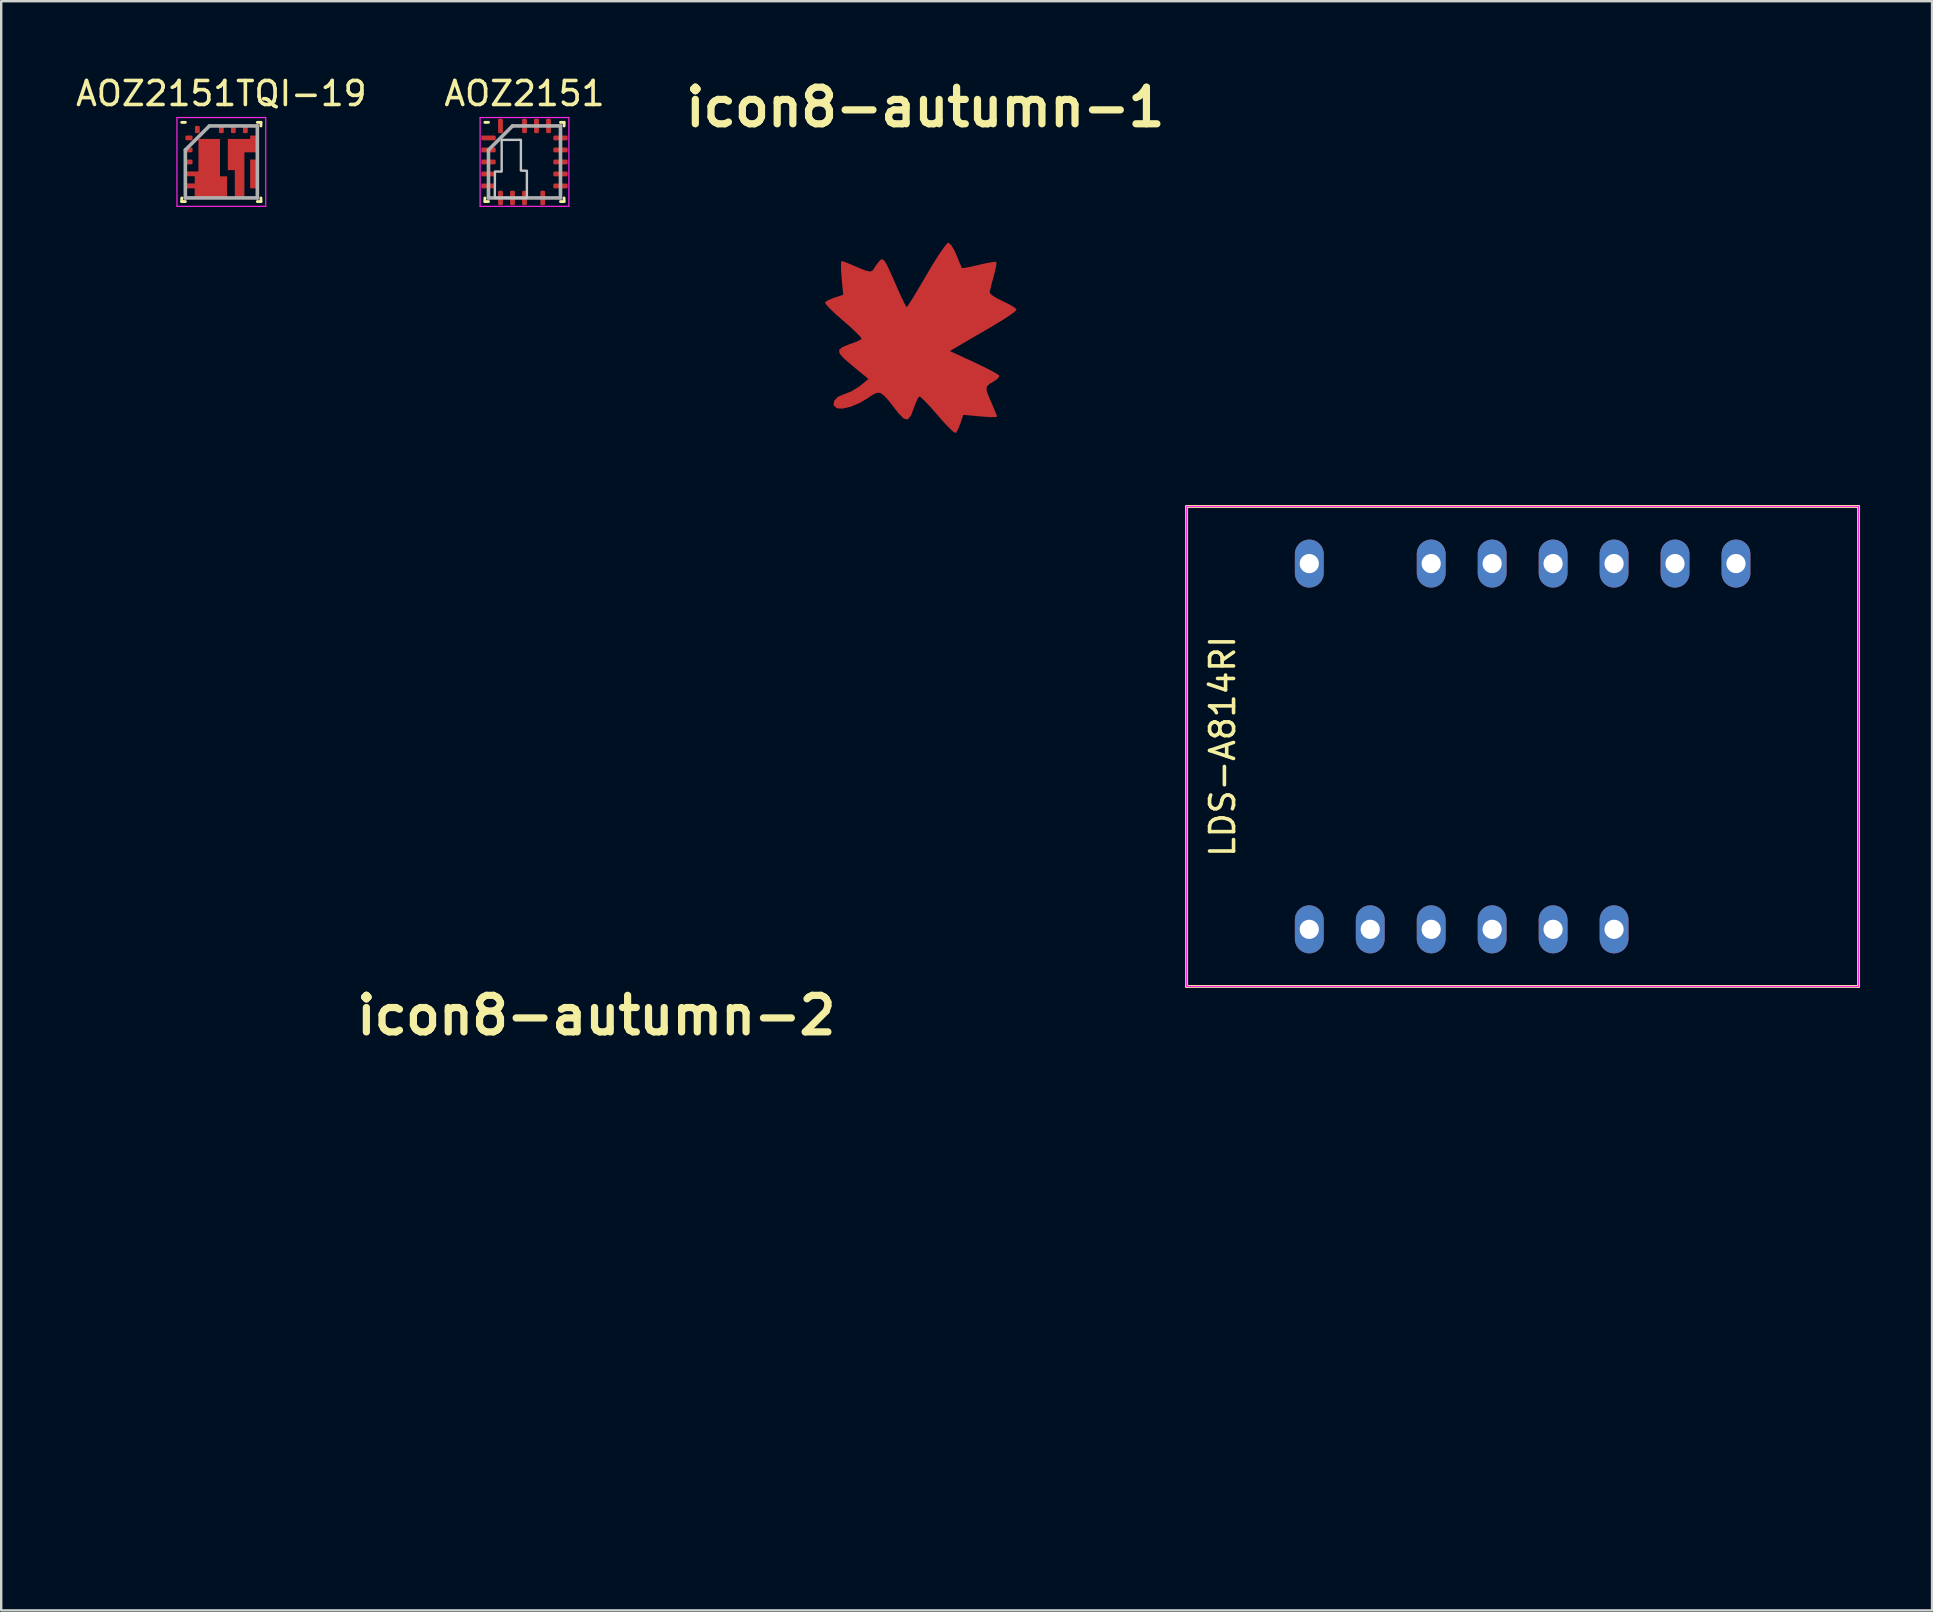
<source format=kicad_pcb>
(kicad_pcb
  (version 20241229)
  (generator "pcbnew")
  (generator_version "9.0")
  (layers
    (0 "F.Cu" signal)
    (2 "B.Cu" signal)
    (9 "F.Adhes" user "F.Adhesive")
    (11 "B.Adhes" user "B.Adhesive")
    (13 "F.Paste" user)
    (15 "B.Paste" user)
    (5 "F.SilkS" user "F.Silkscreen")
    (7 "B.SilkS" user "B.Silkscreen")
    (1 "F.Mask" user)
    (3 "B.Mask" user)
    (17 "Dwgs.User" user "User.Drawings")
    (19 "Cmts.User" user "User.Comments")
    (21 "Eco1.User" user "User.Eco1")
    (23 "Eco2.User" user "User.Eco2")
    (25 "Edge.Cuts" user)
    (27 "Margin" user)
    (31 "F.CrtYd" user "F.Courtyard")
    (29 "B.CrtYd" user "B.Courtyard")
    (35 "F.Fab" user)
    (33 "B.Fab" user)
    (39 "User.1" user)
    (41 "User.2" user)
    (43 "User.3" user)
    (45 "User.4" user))
  (footprint "icon8-autumn-2"
    (layer "F.Cu")
    (at 21.795 39.257)
    (property "Reference" "icon8-autumn-2" (at 0 0 0) (layer "F.SilkS") (effects (font (size 1.524 1.524) (thickness 0.3))))
    (attr through_hole)
    (fp_poly (pts (xy 6.693 -20.787) (xy 7.436 -19.575) (xy 7.924 -18.498) (xy 8.566 -16.923) (xy 9.037 -15.828) (xy 9.187 -15.527) (xy 9.76 -15.546) (xy 11.111 -15.796) (xy 12.954 -16.223) (xy 13.025 -16.24) (xy 14.897 -16.667) (xy 16.307 -16.907) (xy 16.957 -16.91) (xy 16.961 -16.906) (xy 16.96 -16.279) (xy 16.688 -14.928) (xy 16.34 -13.622) (xy 15.857 -11.855) (xy 15.538 -10.484) (xy 15.461 -9.962) (xy 15.927 -9.418) (xy 17.138 -8.652) (xy 18.498 -7.983) (xy 20.108 -7.19) (xy 21.209 -6.494) (xy 21.535 -6.113) (xy 21.086 -5.641) (xy 19.866 -4.758) (xy 18.07 -3.597) (xy 16.151 -2.442) (xy 13.721 -1.022) (xy 11.407 0.33) (xy 9.515 1.436) (xy 8.585 1.98) (xy 6.402 3.258) (xy 12.036 5.854) (xy 14.285 6.928) (xy 16.107 7.869) (xy 17.3 8.569) (xy 17.67 8.899) (xy 17.25 9.509) (xy 16.703 9.901) (xy 15.4 10.687) (xy 14.774 11.356) (xy 14.756 12.233) (xy 15.278 13.641) (xy 15.706 14.615) (xy 16.439 16.315) (xy 16.949 17.579) (xy 17.117 18.094) (xy 16.615 18.189) (xy 15.293 18.168) (xy 13.431 18.037) (xy 13.295 18.025) (xy 9.473 17.67) (xy 8.837 19.595) (xy 8.308 20.933) (xy 7.829 21.737) (xy 7.765 21.79) (xy 7.252 21.507) (xy 6.21 20.532) (xy 4.803 19.028) (xy 3.611 17.656) (xy 2.044 15.863) (xy 0.722 14.471) (xy -0.191 13.647) (xy -0.507 13.5) (xy -0.915 14.137) (xy -1.456 15.436) (xy -1.65 15.993) (xy -2.389 17.89) (xy -3.108 18.728) (xy -3.97 18.534) (xy -5.141 17.336) (xy -5.678 16.652) (xy -7.299 14.567) (xy -8.462 13.277) (xy -9.366 12.688) (xy -10.212 12.707) (xy -11.198 13.243) (xy -11.909 13.75) (xy -13.896 14.954) (xy -16.002 15.833) (xy -17.885 16.271) (xy -19.12 16.186) (xy -19.852 15.511) (xy -19.746 14.586) (xy -18.936 13.686) (xy -17.603 13.095) (xy -15.847 12.412) (xy -14.071 11.331) (xy -13.773 11.095) (xy -11.941 9.566) (xy -15.589 6.58) (xy -17.476 4.963) (xy -18.476 3.828) (xy -18.601 3.018) (xy -17.866 2.377) (xy -16.281 1.746) (xy -15.993 1.65) (xy -14.553 1.106) (xy -13.63 0.628) (xy -13.5 0.507) (xy -13.792 0.009) (xy -14.774 -1.022) (xy -16.282 -2.421) (xy -17.656 -3.611) (xy -19.447 -5.182) (xy -20.833 -6.513) (xy -21.65 -7.438) (xy -21.79 -7.765) (xy -21.129 -8.213) (xy -19.853 -8.749) (xy -19.595 -8.837) (xy -17.67 -9.473) (xy -18.025 -13.295) (xy -18.156 -15.183) (xy -18.165 -16.549) (xy -18.053 -17.115) (xy -18.041 -17.117) (xy -17.394 -16.91) (xy -16.051 -16.37) (xy -14.542 -15.72) (xy -12.694 -14.97) (xy -11.597 -14.722) (xy -11.04 -14.936) (xy -10.975 -15.03) (xy -10.324 -16.012) (xy -9.711 -16.841) (xy -9.245 -17.37) (xy -8.831 -17.52) (xy -8.376 -17.167) (xy -7.786 -16.184) (xy -6.967 -14.448) (xy -5.824 -11.834) (xy -5.667 -11.47) (xy -4.745 -9.395) (xy -3.971 -7.768) (xy -3.453 -6.81) (xy -3.313 -6.649) (xy -2.956 -7.101) (xy -2.155 -8.348) (xy -1.011 -10.226) (xy 0.376 -12.57) (xy 1.179 -13.953) (xy 2.685 -16.485) (xy 4.049 -18.636) (xy 5.159 -20.24) (xy 5.903 -21.132) (xy 6.108 -21.259) (xy 6.693 -20.787)) (stroke (width 0.01) (type solid)) (fill yes) (layer "F.Mask")))
  (footprint "icon8-autumn-1"
    (layer "F.Cu")
    (at 34.994 11.07)
    (property "Reference" "icon8-autumn-1" (at 0.508 -9.652 0) (layer "F.SilkS") (effects (font (size 1.524 1.524) (thickness 0.3))))
    (attr through_hole)
    (pad "1" smd custom (at 1.524 -1.524) (size 1.524 1.524) (layers "F.Cu" "F.Mask") (options (anchor circle)) (primitives (gr_poly (pts (xy 0.054 -2.392) (xy 0.19 -2.169) (xy 0.28 -1.971) (xy 0.398 -1.681) (xy 0.485 -1.48) (xy 0.513 -1.424) (xy 0.618 -1.428) (xy 0.867 -1.474) (xy 1.206 -1.552) (xy 1.219 -1.556) (xy 1.563 -1.634) (xy 1.822 -1.678) (xy 1.942 -1.679) (xy 1.943 -1.678) (xy 1.943 -1.563) (xy 1.893 -1.314) (xy 1.829 -1.074) (xy 1.74 -0.749) (xy 1.681 -0.497) (xy 1.667 -0.4) (xy 1.753 -0.3) (xy 1.975 -0.159) (xy 2.226 -0.036) (xy 2.522 0.11) (xy 2.725 0.238) (xy 2.784 0.308) (xy 2.702 0.395) (xy 2.478 0.557) (xy 2.147 0.771) (xy 1.794 0.983) (xy 1.347 1.245) (xy 0.921 1.493) (xy 0.573 1.697) (xy 0.402 1.797) (xy 0 2.032) (xy 1.037 2.51) (xy 1.45 2.707) (xy 1.786 2.881) (xy 2.005 3.009) (xy 2.073 3.07) (xy 1.996 3.182) (xy 1.895 3.254) (xy 1.656 3.399) (xy 1.541 3.522) (xy 1.537 3.683) (xy 1.633 3.943) (xy 1.712 4.122) (xy 1.847 4.435) (xy 1.941 4.667) (xy 1.972 4.762) (xy 1.879 4.779) (xy 1.636 4.776) (xy 1.293 4.752) (xy 1.268 4.749) (xy 0.565 4.684) (xy 0.448 5.038) (xy 0.351 5.284) (xy 0.263 5.432) (xy 0.251 5.442) (xy 0.157 5.39) (xy -0.035 5.21) (xy -0.294 4.934) (xy -0.513 4.681) (xy -0.802 4.351) (xy -1.045 4.095) (xy -1.213 3.944) (xy -1.271 3.917) (xy -1.346 4.034) (xy -1.446 4.273) (xy -1.482 4.375) (xy -1.617 4.724) (xy -1.75 4.879) (xy -1.908 4.843) (xy -2.124 4.622) (xy -2.223 4.497) (xy -2.521 4.113) (xy -2.735 3.876) (xy -2.901 3.767) (xy -3.057 3.771) (xy -3.238 3.869) (xy -3.369 3.963) (xy -3.735 4.184) (xy -4.122 4.346) (xy -4.469 4.426) (xy -4.696 4.411) (xy -4.831 4.287) (xy -4.811 4.117) (xy -4.662 3.951) (xy -4.417 3.842) (xy -4.094 3.716) (xy -3.767 3.517) (xy -3.712 3.474) (xy -3.375 3.193) (xy -4.046 2.643) (xy -4.393 2.346) (xy -4.577 2.137) (xy -4.601 1.988) (xy -4.465 1.87) (xy -4.174 1.754) (xy -4.121 1.736) (xy -3.856 1.636) (xy -3.686 1.548) (xy -3.662 1.526) (xy -3.716 1.434) (xy -3.896 1.245) (xy -4.174 0.987) (xy -4.427 0.768) (xy -4.756 0.479) (xy -5.011 0.234) (xy -5.161 0.064) (xy -5.187 0.004) (xy -5.066 -0.079) (xy -4.831 -0.177) (xy -4.783 -0.193) (xy -4.429 -0.31) (xy -4.495 -1.014) (xy -4.519 -1.361) (xy -4.52 -1.612) (xy -4.5 -1.717) (xy -4.497 -1.717) (xy -4.378 -1.679) (xy -4.131 -1.579) (xy -3.854 -1.46) (xy -3.514 -1.322) (xy -3.312 -1.276) (xy -3.209 -1.316) (xy -3.197 -1.333) (xy -3.078 -1.514) (xy -2.965 -1.666) (xy -2.879 -1.764) (xy -2.803 -1.791) (xy -2.719 -1.726) (xy -2.611 -1.545) (xy -2.46 -1.226) (xy -2.249 -0.745) (xy -2.221 -0.678) (xy -2.051 -0.296) (xy -1.909 0.003) (xy -1.813 0.179) (xy -1.788 0.209) (xy -1.722 0.126) (xy -1.574 -0.103) (xy -1.364 -0.449) (xy -1.109 -0.88) (xy -0.961 -1.135) (xy -0.684 -1.601) (xy -0.433 -1.996) (xy -0.229 -2.292) (xy -0.092 -2.456) (xy -0.054 -2.479) (xy 0.054 -2.392)) (width 0.01) (fill yes)))))
  (footprint "AOZ2151TQI-19"
    (layer "F.Cu")
    (at 6.173 3.698)
    (property "Reference" "AOZ2151TQI-19" (at 0 -2.85 0) (layer "F.SilkS") (effects (font (size 1 1) (thickness 0.15))))
    (attr smd)
    (fp_line (start -1.65 1.65) (end -1.65 1.5) (stroke (width 0.12) (type solid)) (layer "F.SilkS"))
    (fp_line (start -1.5 -1.65) (end -1.65 -1.65) (stroke (width 0.12) (type solid)) (layer "F.SilkS"))
    (fp_line (start -1.5 1.65) (end -1.65 1.65) (stroke (width 0.12) (type solid)) (layer "F.SilkS"))
    (fp_line (start 1.5 -1.65) (end 1.65 -1.65) (stroke (width 0.12) (type solid)) (layer "F.SilkS"))
    (fp_line (start 1.5 1.65) (end 1.65 1.65) (stroke (width 0.12) (type solid)) (layer "F.SilkS"))
    (fp_line (start 1.65 -1.65) (end 1.65 -1.5) (stroke (width 0.12) (type solid)) (layer "F.SilkS"))
    (fp_line (start 1.65 1.65) (end 1.65 1.5) (stroke (width 0.12) (type solid)) (layer "F.SilkS"))
    (fp_line (start -1.85 -1.85) (end 1.85 -1.85) (stroke (width 0.05) (type solid)) (layer "F.CrtYd"))
    (fp_line (start -1.85 1.85) (end -1.85 -1.85) (stroke (width 0.05) (type solid)) (layer "F.CrtYd"))
    (fp_line (start 1.85 -1.85) (end 1.85 1.85) (stroke (width 0.05) (type solid)) (layer "F.CrtYd"))
    (fp_line (start 1.85 1.85) (end -1.85 1.85) (stroke (width 0.05) (type solid)) (layer "F.CrtYd"))
    (fp_line (start -1.5 -0.5) (end -1.5 1.5) (stroke (width 0.15) (type solid)) (layer "F.Fab"))
    (fp_line (start -1.5 1.5) (end 1.5 1.5) (stroke (width 0.15) (type solid)) (layer "F.Fab"))
    (fp_line (start -0.5 -1.5) (end -1.5 -0.5) (stroke (width 0.15) (type solid)) (layer "F.Fab"))
    (fp_line (start 1.5 -1.5) (end -0.5 -1.5) (stroke (width 0.15) (type solid)) (layer "F.Fab"))
    (fp_line (start 1.5 1.5) (end 1.5 -1.5) (stroke (width 0.15) (type solid)) (layer "F.Fab"))
    (pad "1" smd roundrect (at -1.35 -1 90) (size 0.2 0.3) (layers "F.Cu" "F.Mask" "F.Paste") (roundrect_rratio 0.25))
    (pad "2" smd roundrect (at -1.35 -0.5 90) (size 0.2 0.3) (layers "F.Cu" "F.Mask" "F.Paste") (roundrect_rratio 0.25))
    (pad "3" smd roundrect (at -1.35 0 90) (size 0.2 0.3) (layers "F.Cu" "F.Mask" "F.Paste") (roundrect_rratio 0.25))
    (pad "4" smd custom (at 0 1.35) (size 0.2 0.3) (layers "F.Cu" "F.Mask" "F.Paste") (options (anchor rect)) (primitives (gr_poly (pts (xy -0.955 -2.31) (xy -0.055 -2.31) (xy -0.055 -0.75) (xy 0.24 -0.75) (xy 0.24 0.15) (xy -1.11 0.15) (xy -1.11 -0.25) (xy -1.5 -0.25) (xy -1.5 -0.455) (xy -1.11 -0.455) (xy -1.11 -0.755) (xy -1.5 -0.755) (xy -1.5 -0.955) (xy -0.955 -0.955)) (width 0) (fill yes))))
    (pad "9" smd custom (at 0.76 1.35) (size 0.2 0.3) (layers "F.Cu" "F.Mask" "F.Paste") (options (anchor rect)) (primitives (gr_poly (pts (xy 0.2 0.15) (xy -0.2 0.15) (xy -0.2 -1.01) (xy -0.49 -1.01) (xy -0.49 -2.31) (xy 0.44 -2.31) (xy 0.44 -2.45) (xy 0.74 -2.45) (xy 0.74 -1.75) (xy 0.2 -1.75)) (width 0) (fill yes))))
    (pad "12" smd custom (at 1.35 1 90) (size 0.2 0.3) (layers "F.Cu" "F.Mask" "F.Paste") (options (anchor rect)) (primitives (gr_poly (pts (xy -0.1 -0.15) (xy -0.1 0.15) (xy 1.1 0.15) (xy 1.1 -0.15)) (width 0) (fill yes))))
    (pad "15" smd roundrect (at 1 -1.35) (size 0.2 0.3) (layers "F.Cu" "F.Mask" "F.Paste") (roundrect_rratio 0.25))
    (pad "16" smd roundrect (at 0.5 -1.35) (size 0.2 0.3) (layers "F.Cu" "F.Mask" "F.Paste") (roundrect_rratio 0.25))
    (pad "17" smd roundrect (at 0 -1.35) (size 0.2 0.3) (layers "F.Cu" "F.Mask" "F.Paste") (roundrect_rratio 0.25))
    (pad "18" smd roundrect (at -1 -1.35) (size 0.2 0.3) (layers "F.Cu" "F.Mask" "F.Paste") (roundrect_rratio 0.25)))
  (footprint "AOZ2151"
    (layer "F.Cu")
    (at 18.804 3.698)
    (property "Reference" "AOZ2151" (at 0 -2.85 0) (layer "F.SilkS") (effects (font (size 1 1) (thickness 0.15))))
    (attr smd)
    (fp_line (start -1.65 1.65) (end -1.65 1.5) (stroke (width 0.12) (type solid)) (layer "F.SilkS"))
    (fp_line (start -1.5 -1.65) (end -1.65 -1.65) (stroke (width 0.12) (type solid)) (layer "F.SilkS"))
    (fp_line (start -1.5 1.65) (end -1.65 1.65) (stroke (width 0.12) (type solid)) (layer "F.SilkS"))
    (fp_line (start 1.5 -1.65) (end 1.65 -1.65) (stroke (width 0.12) (type solid)) (layer "F.SilkS"))
    (fp_line (start 1.5 1.65) (end 1.65 1.65) (stroke (width 0.12) (type solid)) (layer "F.SilkS"))
    (fp_line (start 1.65 -1.65) (end 1.65 -1.5) (stroke (width 0.12) (type solid)) (layer "F.SilkS"))
    (fp_line (start 1.65 1.65) (end 1.65 1.5) (stroke (width 0.12) (type solid)) (layer "F.SilkS"))
    (fp_poly (pts (xy -1.232 0.4) (xy -1.237 1.5) (xy 0.1 1.5) (xy 0.1 0.366) (xy -0.15 0.361) (xy -0.15 -0.922) (xy -0.95 -0.919) (xy -0.95 0.4)) (stroke (width 0.1) (type solid)) (fill no) (layer "Dwgs.User"))
    (fp_line (start -1.85 -1.85) (end 1.85 -1.85) (stroke (width 0.05) (type solid)) (layer "F.CrtYd"))
    (fp_line (start -1.85 1.85) (end -1.85 -1.85) (stroke (width 0.05) (type solid)) (layer "F.CrtYd"))
    (fp_line (start 1.85 -1.85) (end 1.85 1.85) (stroke (width 0.05) (type solid)) (layer "F.CrtYd"))
    (fp_line (start 1.85 1.85) (end -1.85 1.85) (stroke (width 0.05) (type solid)) (layer "F.CrtYd"))
    (fp_line (start -1.5 -0.5) (end -1.5 1.5) (stroke (width 0.15) (type solid)) (layer "F.Fab"))
    (fp_line (start -1.5 1.5) (end 1.5 1.5) (stroke (width 0.15) (type solid)) (layer "F.Fab"))
    (fp_line (start -0.5 -1.5) (end -1.5 -0.5) (stroke (width 0.15) (type solid)) (layer "F.Fab"))
    (fp_line (start 1.5 -1.5) (end -0.5 -1.5) (stroke (width 0.15) (type solid)) (layer "F.Fab"))
    (fp_line (start 1.5 1.5) (end 1.5 -1.5) (stroke (width 0.15) (type solid)) (layer "F.Fab"))
    (pad "1" smd roundrect (at -1.5 -1 90) (size 0.2 0.6) (layers "F.Cu" "F.Mask" "F.Paste") (roundrect_rratio 0.25))
    (pad "2" smd roundrect (at -1.5 -0.5 90) (size 0.2 0.6) (layers "F.Cu" "F.Mask" "F.Paste") (roundrect_rratio 0.25))
    (pad "3" smd roundrect (at -1.5 0 90) (size 0.2 0.6) (layers "F.Cu" "F.Mask" "F.Paste") (roundrect_rratio 0.25))
    (pad "4" smd roundrect (at -1.5 0.5 90) (size 0.2 0.6) (layers "F.Cu" "F.Mask" "F.Paste") (roundrect_rratio 0.25))
    (pad "4" smd roundrect (at -1.5 1 90) (size 0.2 0.6) (layers "F.Cu" "F.Mask" "F.Paste") (roundrect_rratio 0.25))
    (pad "4" smd roundrect (at -1 1.5) (size 0.2 0.6) (layers "F.Cu" "F.Mask" "F.Paste") (roundrect_rratio 0.25))
    (pad "4" smd roundrect (at -0.5 1.5) (size 0.2 0.6) (layers "F.Cu" "F.Mask" "F.Paste") (roundrect_rratio 0.25))
    (pad "4" smd roundrect (at 0 1.5) (size 0.2 0.6) (layers "F.Cu" "F.Mask" "F.Paste") (roundrect_rratio 0.25))
    (pad "9" smd roundrect (at 0.76 1.5) (size 0.2 0.6) (layers "F.Cu" "F.Mask" "F.Paste") (roundrect_rratio 0.25))
    (pad "10" smd roundrect (at 1.5 1 90) (size 0.2 0.6) (layers "F.Cu" "F.Mask" "F.Paste") (roundrect_rratio 0.25))
    (pad "11" smd roundrect (at 1.5 0.5 90) (size 0.2 0.6) (layers "F.Cu" "F.Mask" "F.Paste") (roundrect_rratio 0.25))
    (pad "12" smd roundrect (at 1.5 0 90) (size 0.2 0.6) (layers "F.Cu" "F.Mask" "F.Paste") (roundrect_rratio 0.25))
    (pad "13" smd roundrect (at 1.5 -0.5 90) (size 0.2 0.6) (layers "F.Cu" "F.Mask" "F.Paste") (roundrect_rratio 0.25))
    (pad "14" smd roundrect (at 1.5 -1 90) (size 0.2 0.6) (layers "F.Cu" "F.Mask" "F.Paste") (roundrect_rratio 0.25))
    (pad "15" smd roundrect (at 1 -1.5) (size 0.2 0.6) (layers "F.Cu" "F.Mask" "F.Paste") (roundrect_rratio 0.25))
    (pad "16" smd roundrect (at 0.5 -1.5) (size 0.2 0.6) (layers "F.Cu" "F.Mask" "F.Paste") (roundrect_rratio 0.25))
    (pad "17" smd roundrect (at 0 -1.5) (size 0.2 0.6) (layers "F.Cu" "F.Mask" "F.Paste") (roundrect_rratio 0.25))
    (pad "18" smd roundrect (at -1 -1.5) (size 0.2 0.6) (layers "F.Cu" "F.Mask" "F.Paste") (roundrect_rratio 0.25)))
  (footprint "LDS-A814RI"
    (layer "F.Cu")
    (at 60.394 28.053)
    (property "Reference" "LDS-A814RI" (at -12.5 0 90) (layer "F.SilkS") (effects (font (size 1 1) (thickness 0.15))))
    (attr through_hole)
    (fp_line (start -14 -10) (end -14 10) (stroke (width 0.12) (type solid)) (layer "F.SilkS"))
    (fp_line (start -14 10) (end 14 10) (stroke (width 0.12) (type solid)) (layer "F.SilkS"))
    (fp_line (start 14 -10) (end -14 -10) (stroke (width 0.12) (type solid)) (layer "F.SilkS"))
    (fp_line (start 14 10) (end 14 -10) (stroke (width 0.12) (type solid)) (layer "F.SilkS"))
    (fp_line (start -14 -10) (end 14 -10) (stroke (width 0.05) (type solid)) (layer "F.CrtYd"))
    (fp_line (start -14 10) (end -14 -10) (stroke (width 0.05) (type solid)) (layer "F.CrtYd"))
    (fp_line (start 14 -10) (end 14 10) (stroke (width 0.05) (type solid)) (layer "F.CrtYd"))
    (fp_line (start 14 10) (end -14 10) (stroke (width 0.05) (type solid)) (layer "F.CrtYd"))
    (pad "1" thru_hole oval (at -8.89 7.62) (size 1.2 2) (drill 0.8) (layers "*.Cu" "*.Mask"))
    (pad "2" thru_hole oval (at -6.35 7.62) (size 1.2 2) (drill 0.8) (layers "*.Cu" "*.Mask"))
    (pad "3" thru_hole oval (at -3.81 7.62) (size 1.2 2) (drill 0.8) (layers "*.Cu" "*.Mask"))
    (pad "4" thru_hole oval (at -1.27 7.62) (size 1.2 2) (drill 0.8) (layers "*.Cu" "*.Mask"))
    (pad "5" thru_hole oval (at 1.27 7.62) (size 1.2 2) (drill 0.8) (layers "*.Cu" "*.Mask"))
    (pad "6" thru_hole oval (at 3.81 7.62) (size 1.2 2) (drill 0.8) (layers "*.Cu" "*.Mask"))
    (pad "9" thru_hole oval (at 8.89 -7.62) (size 1.2 2) (drill 0.8) (layers "*.Cu" "*.Mask"))
    (pad "10" thru_hole oval (at 6.35 -7.62) (size 1.2 2) (drill 0.8) (layers "*.Cu" "*.Mask"))
    (pad "11" thru_hole oval (at 3.81 -7.62) (size 1.2 2) (drill 0.8) (layers "*.Cu" "*.Mask"))
    (pad "12" thru_hole oval (at 1.27 -7.62) (size 1.2 2) (drill 0.8) (layers "*.Cu" "*.Mask"))
    (pad "13" thru_hole oval (at -1.27 -7.62) (size 1.2 2) (drill 0.8) (layers "*.Cu" "*.Mask"))
    (pad "14" thru_hole oval (at -3.81 -7.62) (size 1.2 2) (drill 0.8) (layers "*.Cu" "*.Mask"))
    (pad "16" thru_hole oval (at -8.89 -7.62) (size 1.2 2) (drill 0.8) (layers "*.Cu" "*.Mask")))
  (gr_rect
    (start -3 -3)
    (end 77.454 64.051)
    (stroke (width 0.1) (type default))
    (fill no)
    (layer "Edge.Cuts")))
</source>
